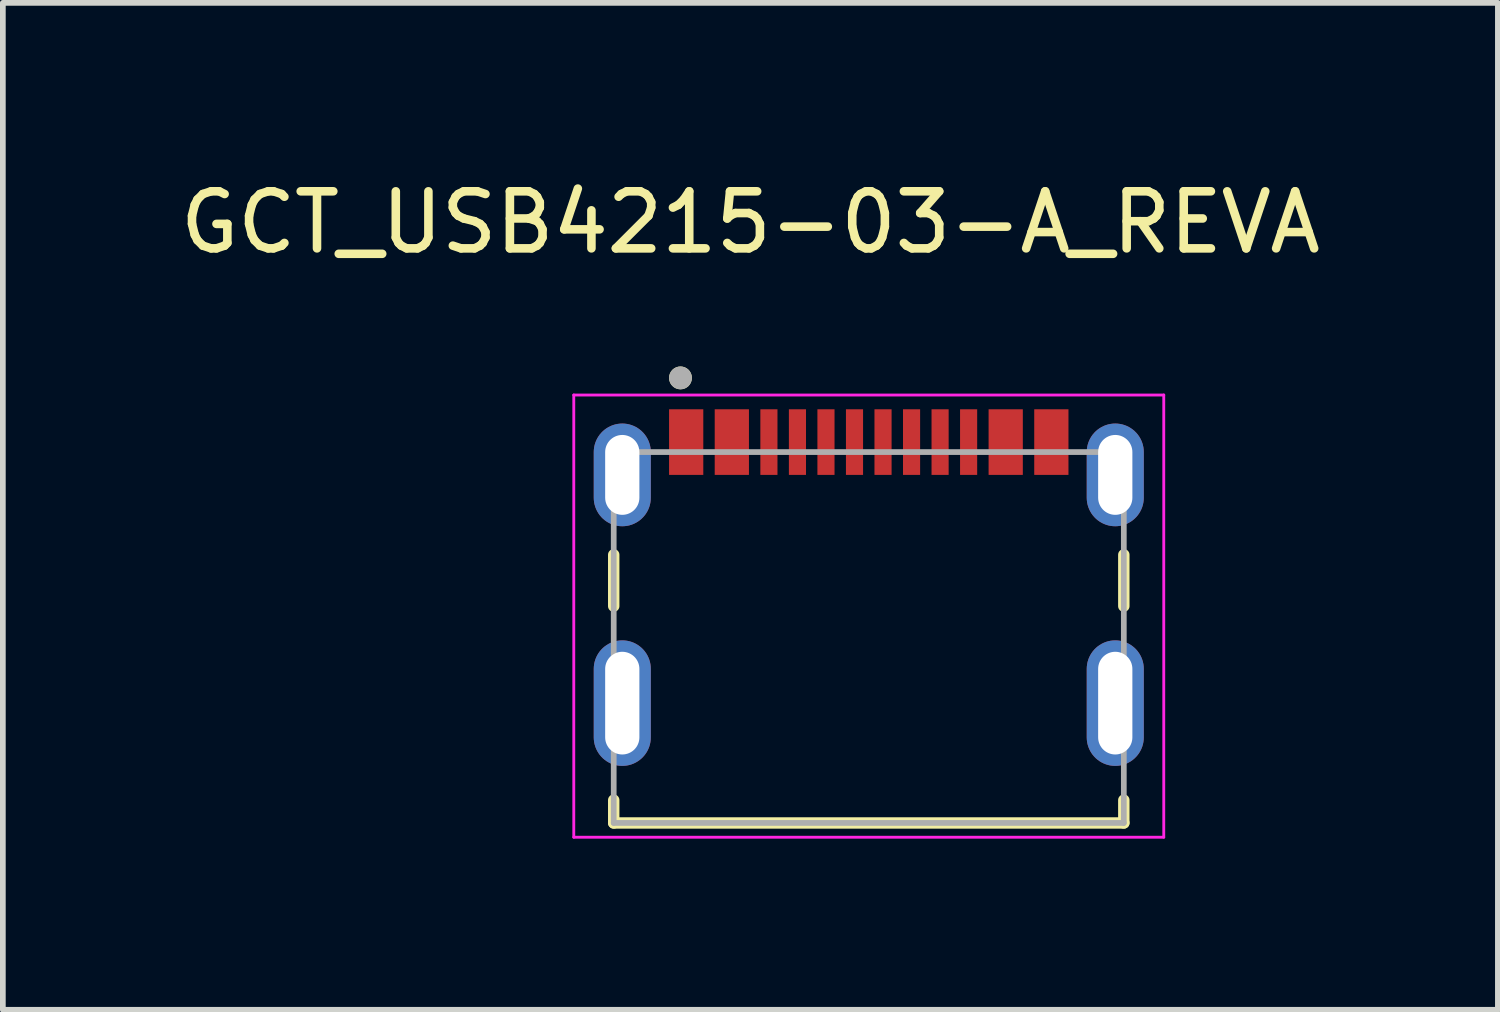
<source format=kicad_pcb>
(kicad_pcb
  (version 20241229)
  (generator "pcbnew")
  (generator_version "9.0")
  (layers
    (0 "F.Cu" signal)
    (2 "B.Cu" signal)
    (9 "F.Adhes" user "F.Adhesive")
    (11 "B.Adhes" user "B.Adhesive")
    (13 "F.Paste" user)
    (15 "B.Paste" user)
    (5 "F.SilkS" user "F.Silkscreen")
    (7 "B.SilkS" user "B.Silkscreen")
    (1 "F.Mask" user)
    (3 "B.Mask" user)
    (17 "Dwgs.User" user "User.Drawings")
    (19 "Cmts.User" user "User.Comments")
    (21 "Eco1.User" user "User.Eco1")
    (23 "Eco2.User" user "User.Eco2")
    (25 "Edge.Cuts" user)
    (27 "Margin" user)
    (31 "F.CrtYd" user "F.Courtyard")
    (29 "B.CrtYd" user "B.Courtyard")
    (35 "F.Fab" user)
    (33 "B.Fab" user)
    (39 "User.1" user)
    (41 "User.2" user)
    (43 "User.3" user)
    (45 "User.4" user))
  (footprint "GCT_USB4215-03-A_REVA"
    (layer "F.Cu")
    (at 12.176 9.273)
    (property "Reference" "GCT_USB4215-03-A_REVA" (at -2.075 -8.425 0) (layer "F.SilkS") (effects (font (size 1 1) (thickness 0.15))))
    (attr smd)
    (fp_line (start -4.47 -2.6) (end -4.47 -1.7) (stroke (width 0.2) (type solid)) (layer "F.SilkS"))
    (fp_line (start -4.47 1.7) (end -4.47 2.1) (stroke (width 0.2) (type solid)) (layer "F.SilkS"))
    (fp_line (start -4.47 2.1) (end 4.47 2.1) (stroke (width 0.2) (type solid)) (layer "F.SilkS"))
    (fp_line (start 4.47 -2.6) (end 4.47 -1.7) (stroke (width 0.2) (type solid)) (layer "F.SilkS"))
    (fp_line (start 4.47 2.1) (end 4.47 1.7) (stroke (width 0.2) (type solid)) (layer "F.SilkS"))
    (fp_circle (center -3.3 -5.7) (end -3.2 -5.7) (stroke (width 0.2) (type solid)) (fill no) (layer "F.SilkS"))
    (fp_line (start -5.17 -5.4) (end -5.17 2.35) (stroke (width 0.05) (type solid)) (layer "F.CrtYd"))
    (fp_line (start -5.17 2.35) (end 5.17 2.35) (stroke (width 0.05) (type solid)) (layer "F.CrtYd"))
    (fp_line (start 5.17 -5.4) (end -5.17 -5.4) (stroke (width 0.05) (type solid)) (layer "F.CrtYd"))
    (fp_line (start 5.17 2.35) (end 5.17 -5.4) (stroke (width 0.05) (type solid)) (layer "F.CrtYd"))
    (fp_line (start -4.47 -4.4) (end -4.47 2.1) (stroke (width 0.1) (type solid)) (layer "F.Fab"))
    (fp_line (start -4.47 2.1) (end 4.47 2.1) (stroke (width 0.1) (type solid)) (layer "F.Fab"))
    (fp_line (start 4.47 -4.4) (end -4.47 -4.4) (stroke (width 0.1) (type solid)) (layer "F.Fab"))
    (fp_line (start 4.47 2.1) (end 4.47 -4.4) (stroke (width 0.1) (type solid)) (layer "F.Fab"))
    (fp_circle (center -3.3 -5.7) (end -3.2 -5.7) (stroke (width 0.2) (type solid)) (fill no) (layer "F.Fab"))
    (pad "A1" smd rect (at -3.2 -4.575) (size 0.6 1.15) (layers "F.Cu" "F.Mask" "F.Paste"))
    (pad "A4" smd rect (at -2.4 -4.575) (size 0.6 1.15) (layers "F.Cu" "F.Mask" "F.Paste"))
    (pad "A5" smd rect (at -1.25 -4.575) (size 0.3 1.15) (layers "F.Cu" "F.Mask" "F.Paste"))
    (pad "A6" smd rect (at -0.25 -4.575) (size 0.3 1.15) (layers "F.Cu" "F.Mask" "F.Paste"))
    (pad "A7" smd rect (at 0.25 -4.575) (size 0.3 1.15) (layers "F.Cu" "F.Mask" "F.Paste"))
    (pad "A8" smd rect (at 1.25 -4.575) (size 0.3 1.15) (layers "F.Cu" "F.Mask" "F.Paste"))
    (pad "B1" smd rect (at 3.2 -4.575) (size 0.6 1.15) (layers "F.Cu" "F.Mask" "F.Paste"))
    (pad "B4" smd rect (at 2.4 -4.575) (size 0.6 1.15) (layers "F.Cu" "F.Mask" "F.Paste"))
    (pad "B5" smd rect (at 1.75 -4.575) (size 0.3 1.15) (layers "F.Cu" "F.Mask" "F.Paste"))
    (pad "B6" smd rect (at 0.75 -4.575) (size 0.3 1.15) (layers "F.Cu" "F.Mask" "F.Paste"))
    (pad "B7" smd rect (at -0.75 -4.575) (size 0.3 1.15) (layers "F.Cu" "F.Mask" "F.Paste"))
    (pad "B8" smd rect (at -1.75 -4.575) (size 0.3 1.15) (layers "F.Cu" "F.Mask" "F.Paste"))
    (pad "SH1" thru_hole oval (at -4.32 -4) (size 1 1.8) (drill oval 0.6 1.4) (layers "*.Cu" "*.Mask"))
    (pad "SH2" thru_hole oval (at 4.32 -4) (size 1 1.8) (drill oval 0.6 1.4) (layers "*.Cu" "*.Mask"))
    (pad "SH3" thru_hole oval (at -4.32 0) (size 1 2.2) (drill oval 0.6 1.8) (layers "*.Cu" "*.Mask"))
    (pad "SH4" thru_hole oval (at 4.32 0) (size 1 2.2) (drill oval 0.6 1.8) (layers "*.Cu" "*.Mask")))
  (gr_rect
    (start -3 -3)
    (end 23.202 14.648)
    (stroke (width 0.1) (type default))
    (fill no)
    (layer "Edge.Cuts")))
</source>
